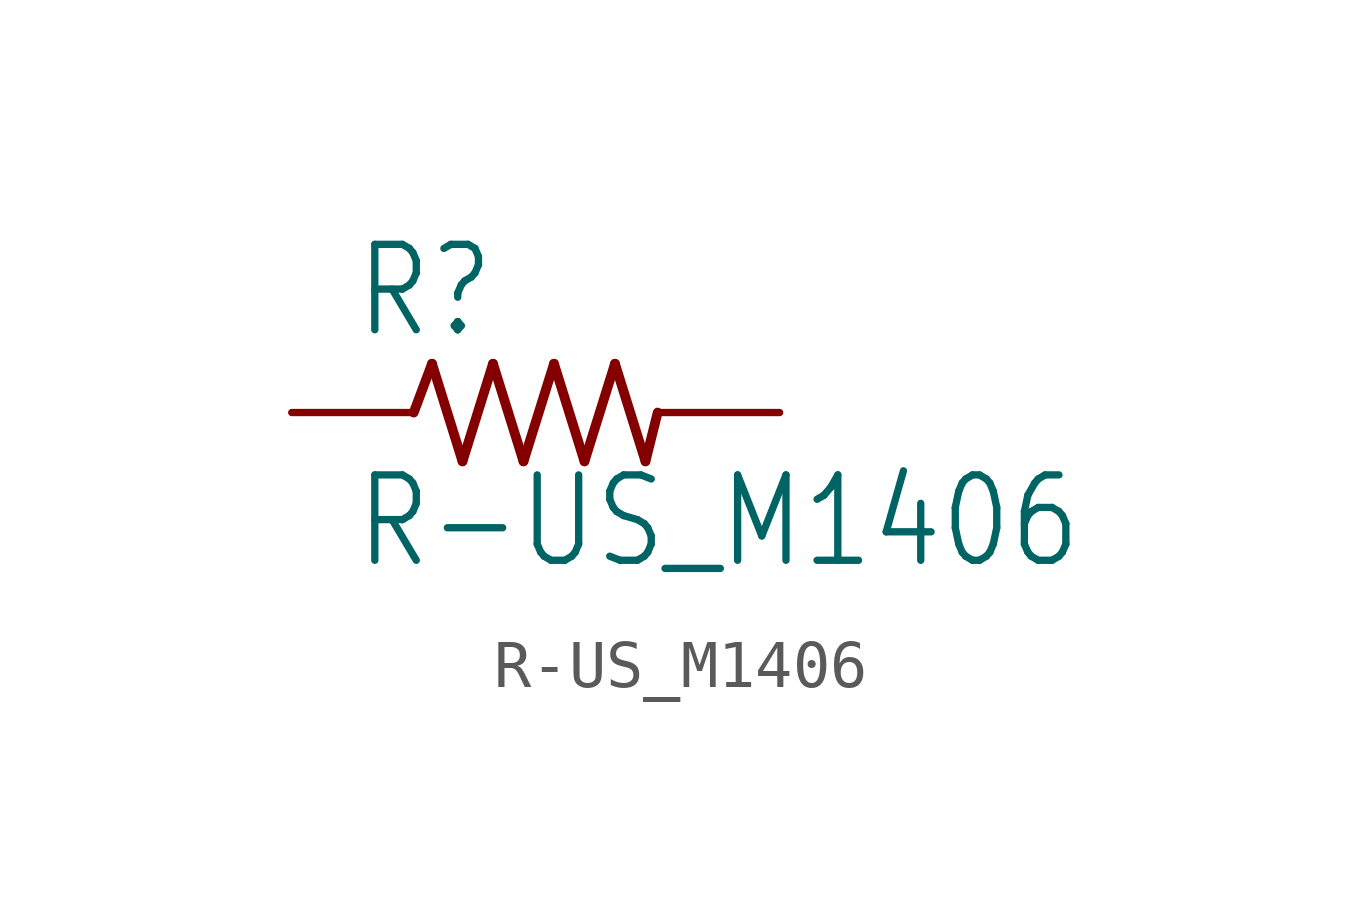
<source format=kicad_sym>
(kicad_symbol_lib
  (version 20211014)
  (generator kicad_symbol_editor)
  (symbol "R-US_M1406"
    (property "Reference" "R"
      (at -3.81 1.499 0)
      (effects (font (size 1.778 1.511)) (justify left bottom)))
    (property "Value" "R-US_M1406"
      (at -3.81 -3.302 0)
      (effects (font (size 1.778 1.511)) (justify left bottom)))
    (property "ki_locked" ""
      (at 0 0 0)
      (effects (font (size 1.27 1.27))))
    (symbol "R-US_M1406_1_0"
      (polyline (pts (xy -2.54 0) (xy -2.159 1.016)) (stroke (width 0.203) (type default)) (fill (type none)))
      (polyline (pts (xy -2.159 1.016) (xy -1.524 -1.016)) (stroke (width 0.203) (type default)) (fill (type none)))
      (polyline (pts (xy -1.524 -1.016) (xy -0.889 1.016)) (stroke (width 0.203) (type default)) (fill (type none)))
      (polyline (pts (xy -0.889 1.016) (xy -0.254 -1.016)) (stroke (width 0.203) (type default)) (fill (type none)))
      (polyline (pts (xy -0.254 -1.016) (xy 0.381 1.016)) (stroke (width 0.203) (type default)) (fill (type none)))
      (polyline (pts (xy 0.381 1.016) (xy 1.016 -1.016)) (stroke (width 0.203) (type default)) (fill (type none)))
      (polyline (pts (xy 1.016 -1.016) (xy 1.651 1.016)) (stroke (width 0.203) (type default)) (fill (type none)))
      (polyline (pts (xy 1.651 1.016) (xy 2.286 -1.016)) (stroke (width 0.203) (type default)) (fill (type none)))
      (polyline (pts (xy 2.286 -1.016) (xy 2.54 0)) (stroke (width 0.203) (type default)) (fill (type none)))
      (pin passive line (at -5.08 0 0) (length 2.54) (name "1" (effects (font (size 0 0)))) (number "1" (effects (font (size 0 0)))))
      (pin passive line (at 5.08 0 180) (length 2.54) (name "2" (effects (font (size 0 0)))) (number "2" (effects (font (size 0 0))))))))
</source>
